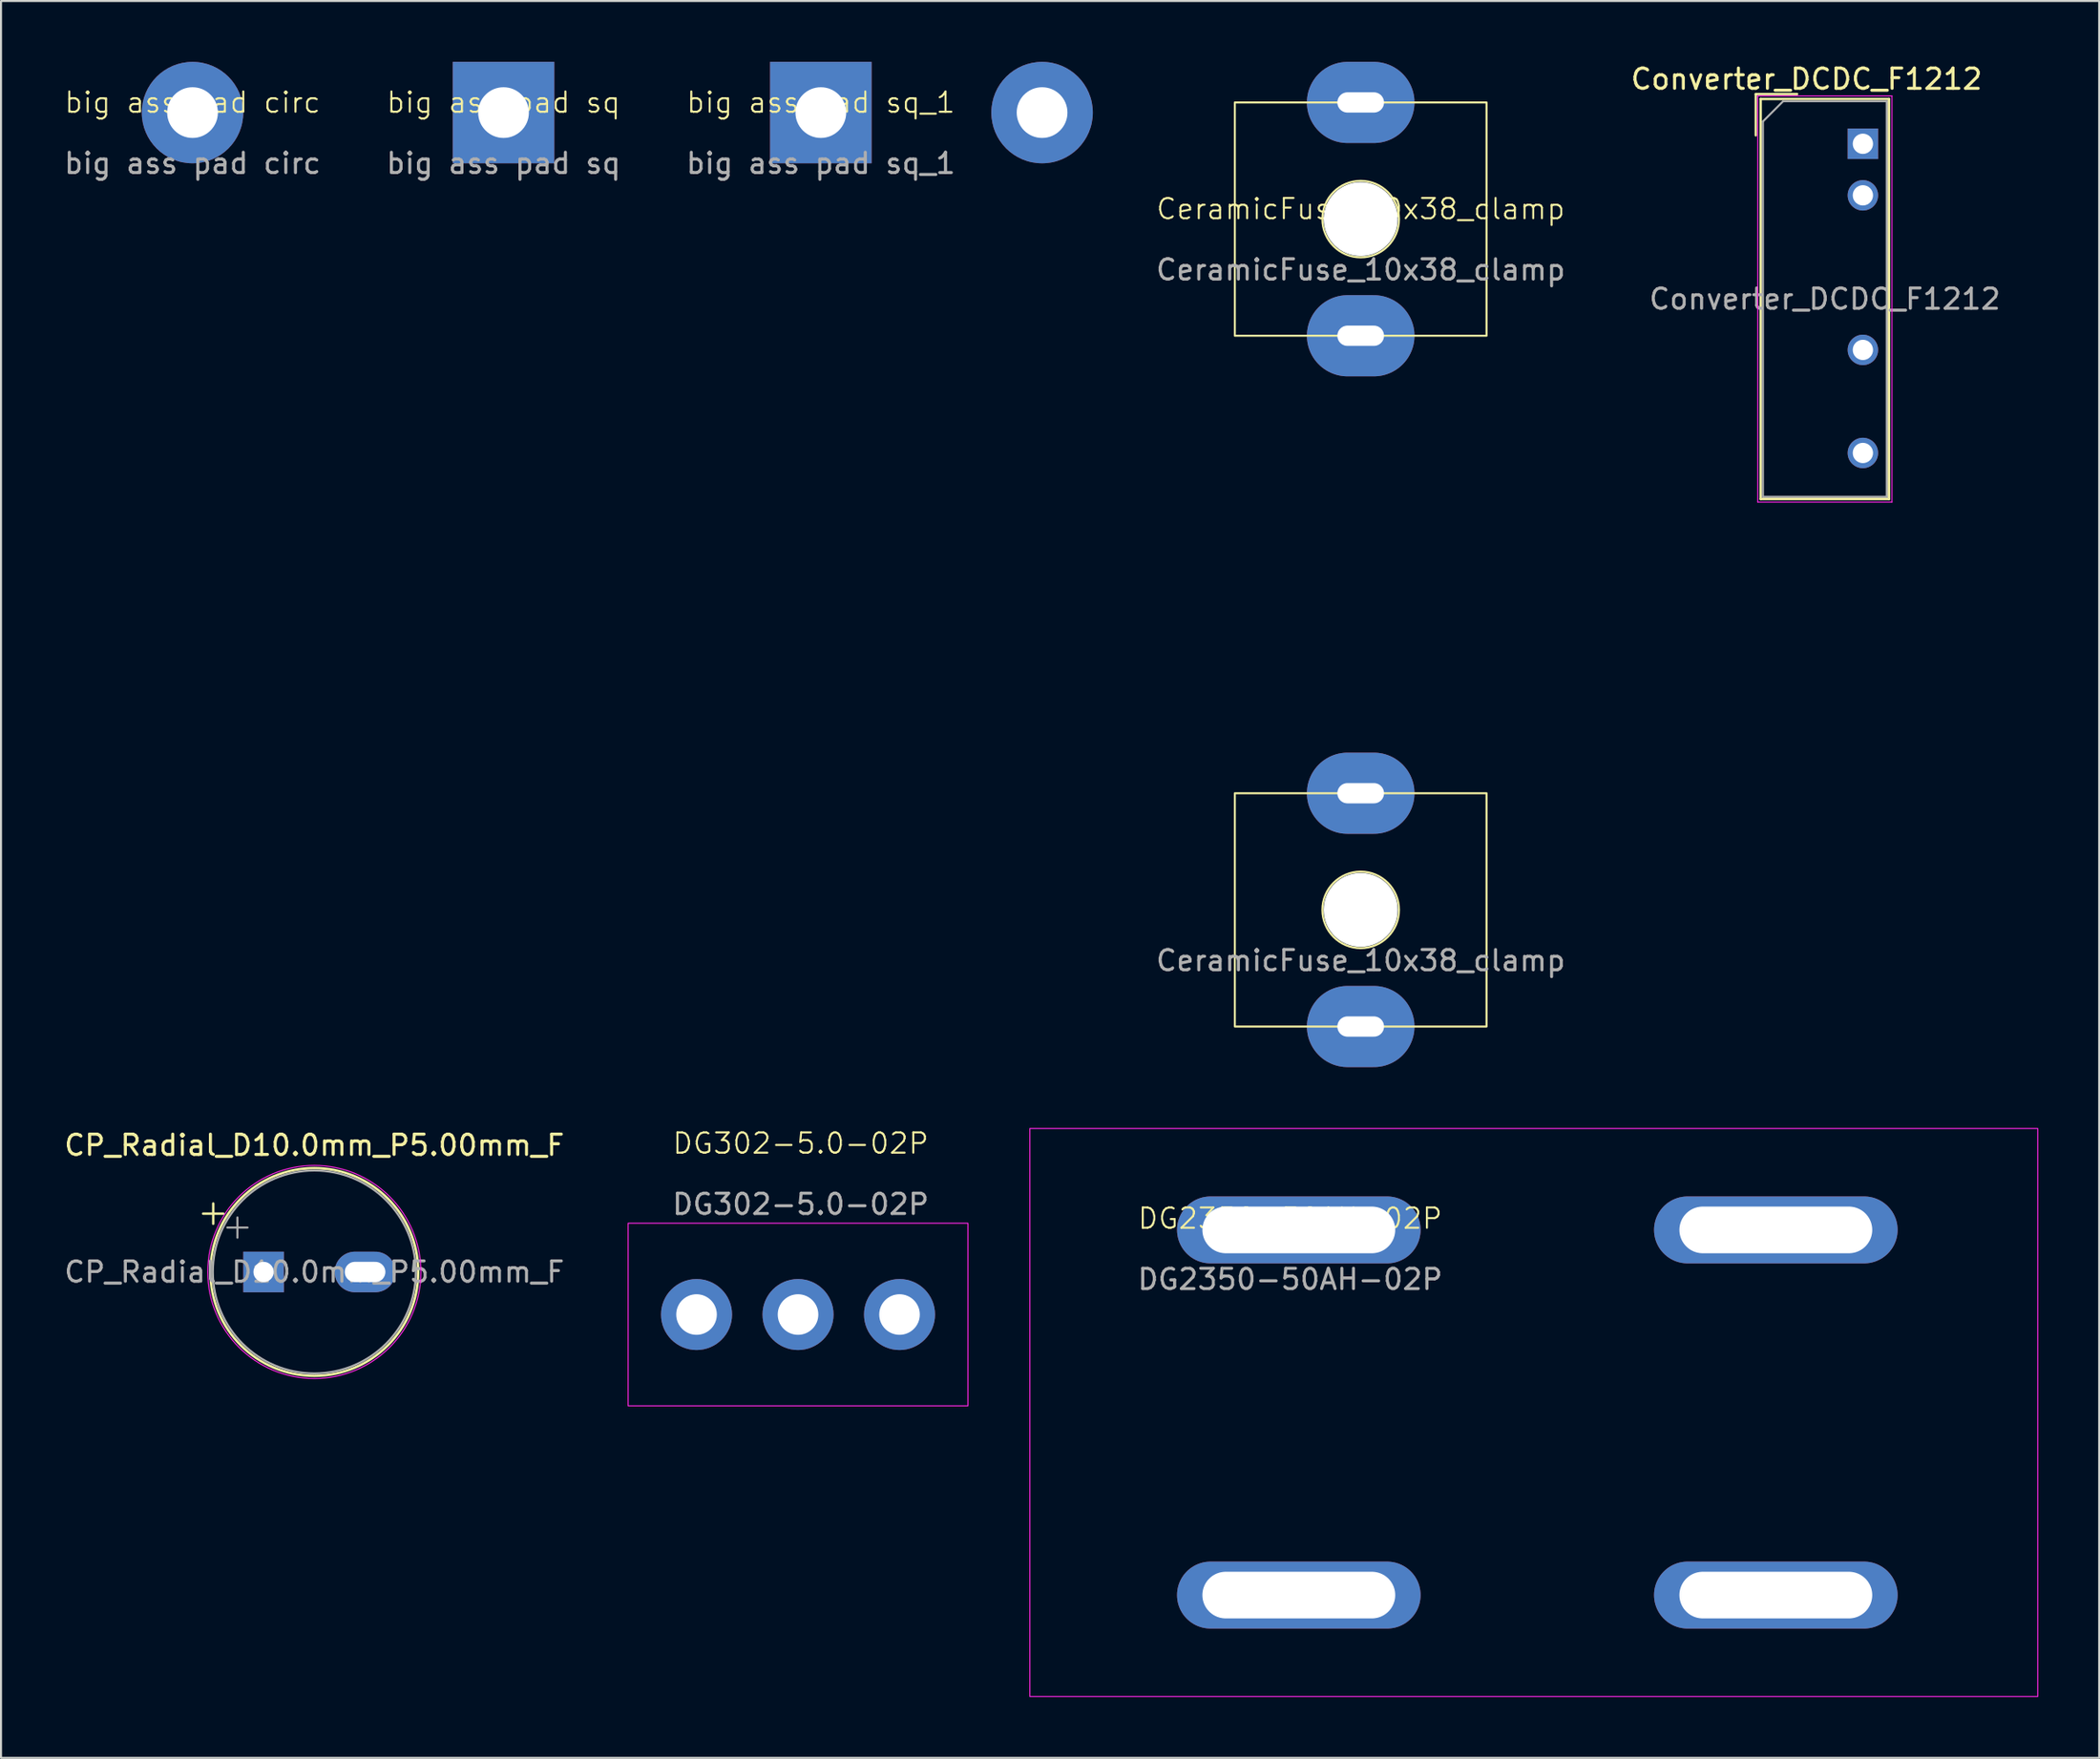
<source format=kicad_pcb>
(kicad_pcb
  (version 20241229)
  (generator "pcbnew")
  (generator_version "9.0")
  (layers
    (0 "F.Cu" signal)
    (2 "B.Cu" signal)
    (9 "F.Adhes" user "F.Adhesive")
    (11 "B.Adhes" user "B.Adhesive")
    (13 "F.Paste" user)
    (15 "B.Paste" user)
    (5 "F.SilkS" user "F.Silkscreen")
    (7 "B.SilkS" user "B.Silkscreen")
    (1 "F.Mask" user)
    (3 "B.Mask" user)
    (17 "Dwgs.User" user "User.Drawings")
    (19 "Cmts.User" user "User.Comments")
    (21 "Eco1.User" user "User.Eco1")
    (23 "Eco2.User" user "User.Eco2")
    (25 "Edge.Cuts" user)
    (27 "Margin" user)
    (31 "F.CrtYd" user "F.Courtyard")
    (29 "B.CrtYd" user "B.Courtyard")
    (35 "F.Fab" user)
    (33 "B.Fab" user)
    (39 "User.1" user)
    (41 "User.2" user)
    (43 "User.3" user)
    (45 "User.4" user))
  (footprint "big ass pad sq"
    (layer "F.Cu")
    (at 21.756 2.5)
    (property "Reference" "big ass pad sq" (at 0 -0.5 0) (unlocked yes) (layer "F.SilkS") (effects (font (size 1 1) (thickness 0.1))))
    (attr through_hole)
    (fp_text user "${REFERENCE}" (at 0 2.5 0) (unlocked yes) (layer "F.Fab") (effects (font (size 1 1) (thickness 0.15))))
    (pad "1" thru_hole rect (at 0 0) (size 5 5) (drill 2.5) (layers "*.Cu" "*.Mask")))
  (footprint "CeramicFuse_10x38_clamp"
    (layer "F.Cu")
    (at 63.983 7.75)
    (property "Reference" "CeramicFuse_10x38_clamp" (at 0 -0.5 0) (unlocked yes) (layer "F.SilkS") (effects (font (size 1 1) (thickness 0.1))))
    (attr through_hole)
    (fp_rect (start -6.2 5.75) (end 6.2 -5.75) (stroke (width 0.1) (type default)) (fill no) (layer "F.SilkS"))
    (fp_rect (start -6.2 39.8) (end 6.2 28.3) (stroke (width 0.1) (type default)) (fill no) (layer "F.SilkS"))
    (fp_circle (center 0 0) (end 1 1.6) (stroke (width 0.1) (type default)) (fill no) (layer "F.SilkS"))
    (fp_circle (center 0 34.05) (end 1 35.65) (stroke (width 0.1) (type default)) (fill no) (layer "F.SilkS"))
    (fp_text user "${REFERENCE}" (at 0 36.55 0) (unlocked yes) (layer "F.Fab") (effects (font (size 1 1) (thickness 0.15))))
    (fp_text user "${REFERENCE}" (at 0 2.5 0) (unlocked yes) (layer "F.Fab") (effects (font (size 1 1) (thickness 0.15))))
    (pad "" np_thru_hole circle (at 0 0) (size 3.65 3.65) (drill 3.65) (layers "*.Cu" "*.Mask"))
    (pad "" np_thru_hole circle (at 0 34.05) (size 3.65 3.65) (drill 3.65) (layers "*.Cu" "*.Mask"))
    (pad "1" thru_hole oval (at 0 -5.75) (size 5.3 4) (drill oval 2.3 1) (layers "*.Cu" "*.Mask"))
    (pad "1" thru_hole oval (at 0 5.75) (size 5.3 4) (drill oval 2.3 1) (layers "*.Cu" "*.Mask"))
    (pad "2" thru_hole oval (at 0 28.3) (size 5.3 4) (drill oval 2.3 1) (layers "*.Cu" "*.Mask"))
    (pad "2" thru_hole oval (at 0 39.8) (size 5.3 4) (drill oval 2.3 1) (layers "*.Cu" "*.Mask")))
  (footprint "DG2350-50AH-02P"
    (layer "F.Cu")
    (at 60.934 57.473)
    (property "Reference" "DG2350-50AH-02P" (at -0.426 -0.462 0) (unlocked yes) (layer "F.SilkS") (effects (font (size 1 1) (thickness 0.1))))
    (attr through_hole)
    (fp_rect (start -13.25 -4.898) (end 36.404 23.102) (stroke (width 0.05) (type default)) (fill no) (layer "F.CrtYd"))
    (fp_text user "${REFERENCE}" (at -0.426 2.538 0) (unlocked yes) (layer "F.Fab") (effects (font (size 1 1) (thickness 0.15))))
    (pad "1" thru_hole oval (at 0 0.102) (size 12 3.3) (drill oval 9.5 2.3) (layers "*.Cu" "*.Mask"))
    (pad "2" thru_hole oval (at 23.5 0.102) (size 12 3.3) (drill oval 9.5 2.3) (layers "*.Cu" "*.Mask"))
    (pad "5" thru_hole oval (at 0 18.102) (size 12 3.3) (drill oval 9.5 2.3) (layers "*.Cu" "*.Mask"))
    (pad "6" thru_hole oval (at 23.5 18.102) (size 12 3.3) (drill oval 9.5 2.3) (layers "*.Cu" "*.Mask")))
  (footprint "DG302-5.0-02P"
    (layer "F.Cu")
    (at 31.264 61.746)
    (property "Reference" "DG302-5.0-02P" (at 5.131 -8.436 0) (unlocked yes) (layer "F.SilkS") (effects (font (size 1 1) (thickness 0.1))))
    (attr through_hole)
    (fp_rect (start -3.37 -4.5) (end 13.37 4.5) (stroke (width 0.05) (type default)) (fill no) (layer "F.CrtYd"))
    (fp_text user "${REFERENCE}" (at 5.131 -5.436 0) (unlocked yes) (layer "F.Fab") (effects (font (size 1 1) (thickness 0.15))))
    (pad "1" thru_hole circle (at 0 0) (size 3.5 3.5) (drill 2) (layers "*.Cu" "*.Mask"))
    (pad "2" thru_hole circle (at 5 0) (size 3.5 3.5) (drill 2) (layers "*.Cu" "*.Mask"))
    (pad "3" thru_hole circle (at 10 0) (size 3.5 3.5) (drill 2) (layers "*.Cu" "*.Mask")))
  (footprint "big ass pad circ"
    (layer "F.Cu")
    (at 6.435 2.5)
    (property "Reference" "big ass pad circ" (at 0 -0.5 0) (unlocked yes) (layer "F.SilkS") (effects (font (size 1 1) (thickness 0.1))))
    (attr through_hole)
    (fp_text user "${REFERENCE}" (at 0 2.5 0) (unlocked yes) (layer "F.Fab") (effects (font (size 1 1) (thickness 0.15))))
    (pad "1" thru_hole circle (at 0 0) (size 5 5) (drill 2.5) (layers "*.Cu" "*.Mask")))
  (footprint "Converter_DCDC_F1212"
    (layer "F.Cu")
    (at 88.723 4.038)
    (property "Reference" "Converter_DCDC_F1212" (at -2.775 -3.19 0) (layer "F.SilkS") (effects (font (size 1 1) (thickness 0.15))))
    (attr through_hole)
    (fp_line (start -5.275 -2.45) (end -3.242 -2.45) (stroke (width 0.12) (type solid)) (layer "F.SilkS"))
    (fp_line (start -5.275 -0.417) (end -5.275 -2.45) (stroke (width 0.12) (type solid)) (layer "F.SilkS"))
    (fp_line (start -5.035 -2.21) (end -5.035 17.51) (stroke (width 0.12) (type solid)) (layer "F.SilkS"))
    (fp_line (start -5.035 -2.21) (end 1.285 -2.21) (stroke (width 0.12) (type solid)) (layer "F.SilkS"))
    (fp_line (start -5.035 17.51) (end 1.285 17.51) (stroke (width 0.12) (type solid)) (layer "F.SilkS"))
    (fp_line (start 1.285 -2.21) (end 1.285 17.51) (stroke (width 0.12) (type solid)) (layer "F.SilkS"))
    (fp_line (start -5.18 -2.36) (end -5.18 17.66) (stroke (width 0.05) (type solid)) (layer "F.CrtYd"))
    (fp_line (start -5.18 17.66) (end 1.43 17.66) (stroke (width 0.05) (type solid)) (layer "F.CrtYd"))
    (fp_line (start 1.43 -2.36) (end -5.18 -2.36) (stroke (width 0.05) (type solid)) (layer "F.CrtYd"))
    (fp_line (start 1.43 17.66) (end 1.43 -2.36) (stroke (width 0.05) (type solid)) (layer "F.CrtYd"))
    (fp_line (start -4.925 -1.1) (end -3.925 -2.1) (stroke (width 0.1) (type solid)) (layer "F.Fab"))
    (fp_line (start -4.925 17.4) (end -4.925 -1.1) (stroke (width 0.1) (type solid)) (layer "F.Fab"))
    (fp_line (start -3.925 -2.1) (end 1.175 -2.1) (stroke (width 0.1) (type solid)) (layer "F.Fab"))
    (fp_line (start 1.175 -2.1) (end 1.175 17.4) (stroke (width 0.1) (type solid)) (layer "F.Fab"))
    (fp_line (start 1.175 17.4) (end -4.925 17.4) (stroke (width 0.1) (type solid)) (layer "F.Fab"))
    (fp_text user "${REFERENCE}" (at -1.875 7.65 0) (layer "F.Fab") (effects (font (size 1 1) (thickness 0.15))))
    (pad "1" thru_hole rect (at 0 0) (size 1.5 1.5) (drill 1) (layers "*.Cu" "*.Mask"))
    (pad "2" thru_hole circle (at 0 2.54) (size 1.5 1.5) (drill 1) (layers "*.Cu" "*.Mask"))
    (pad "5" thru_hole circle (at 0 10.16) (size 1.5 1.5) (drill 1) (layers "*.Cu" "*.Mask"))
    (pad "7" thru_hole circle (at 0 15.24) (size 1.5 1.5) (drill 1) (layers "*.Cu" "*.Mask")))
  (footprint "CP_Radial_D10.0mm_P5.00mm_F"
    (layer "F.Cu")
    (at 9.935 59.648)
    (property "Reference" "CP_Radial_D10.0mm_P5.00mm_F" (at 2.5 -6.25 0) (layer "F.SilkS") (effects (font (size 1 1) (thickness 0.15))))
    (attr through_hole)
    (fp_line (start -2.98 -2.875) (end -1.98 -2.875) (stroke (width 0.12) (type solid)) (layer "F.SilkS"))
    (fp_line (start -2.48 -3.375) (end -2.48 -2.375) (stroke (width 0.12) (type solid)) (layer "F.SilkS"))
    (fp_circle (center 2.5 0) (end 7.62 0) (stroke (width 0.12) (type solid)) (fill no) (layer "F.SilkS"))
    (fp_circle (center 2.5 0) (end 7.75 0) (stroke (width 0.05) (type solid)) (fill no) (layer "F.CrtYd"))
    (fp_line (start -1.789 -2.188) (end -0.789 -2.188) (stroke (width 0.1) (type solid)) (layer "F.Fab"))
    (fp_line (start -1.289 -2.688) (end -1.289 -1.688) (stroke (width 0.1) (type solid)) (layer "F.Fab"))
    (fp_circle (center 2.5 0) (end 7.5 0) (stroke (width 0.1) (type solid)) (fill no) (layer "F.Fab"))
    (fp_text user "${REFERENCE}" (at 2.5 0 0) (layer "F.Fab") (effects (font (size 1 1) (thickness 0.15))))
    (pad "1" thru_hole rect (at 0 0) (size 2 2) (drill 1) (layers "*.Cu" "*.Mask"))
    (pad "2" thru_hole oval (at 5 0) (size 3 2) (drill oval 2 1) (layers "*.Cu" "*.Mask")))
  (footprint "big ass pad sq_1"
    (layer "F.Cu")
    (at 37.387 2.5)
    (property "Reference" "big ass pad sq_1" (at 0 -0.5 0) (unlocked yes) (layer "F.SilkS") (effects (font (size 1 1) (thickness 0.1))))
    (attr through_hole)
    (fp_text user "${REFERENCE}" (at 0 2.5 0) (unlocked yes) (layer "F.Fab") (effects (font (size 1 1) (thickness 0.15))))
    (pad "1" thru_hole rect (at 0 0) (size 5 5) (drill 2.5) (layers "*.Cu" "*.Mask"))
    (pad "2" thru_hole circle (at 10.9 0) (size 5 5) (drill 2.5) (layers "*.Cu" "*.Mask")))
  (gr_rect
    (start -3 -3)
    (end 100.363 83.6)
    (stroke (width 0.1) (type default))
    (fill no)
    (layer "Edge.Cuts")))
</source>
